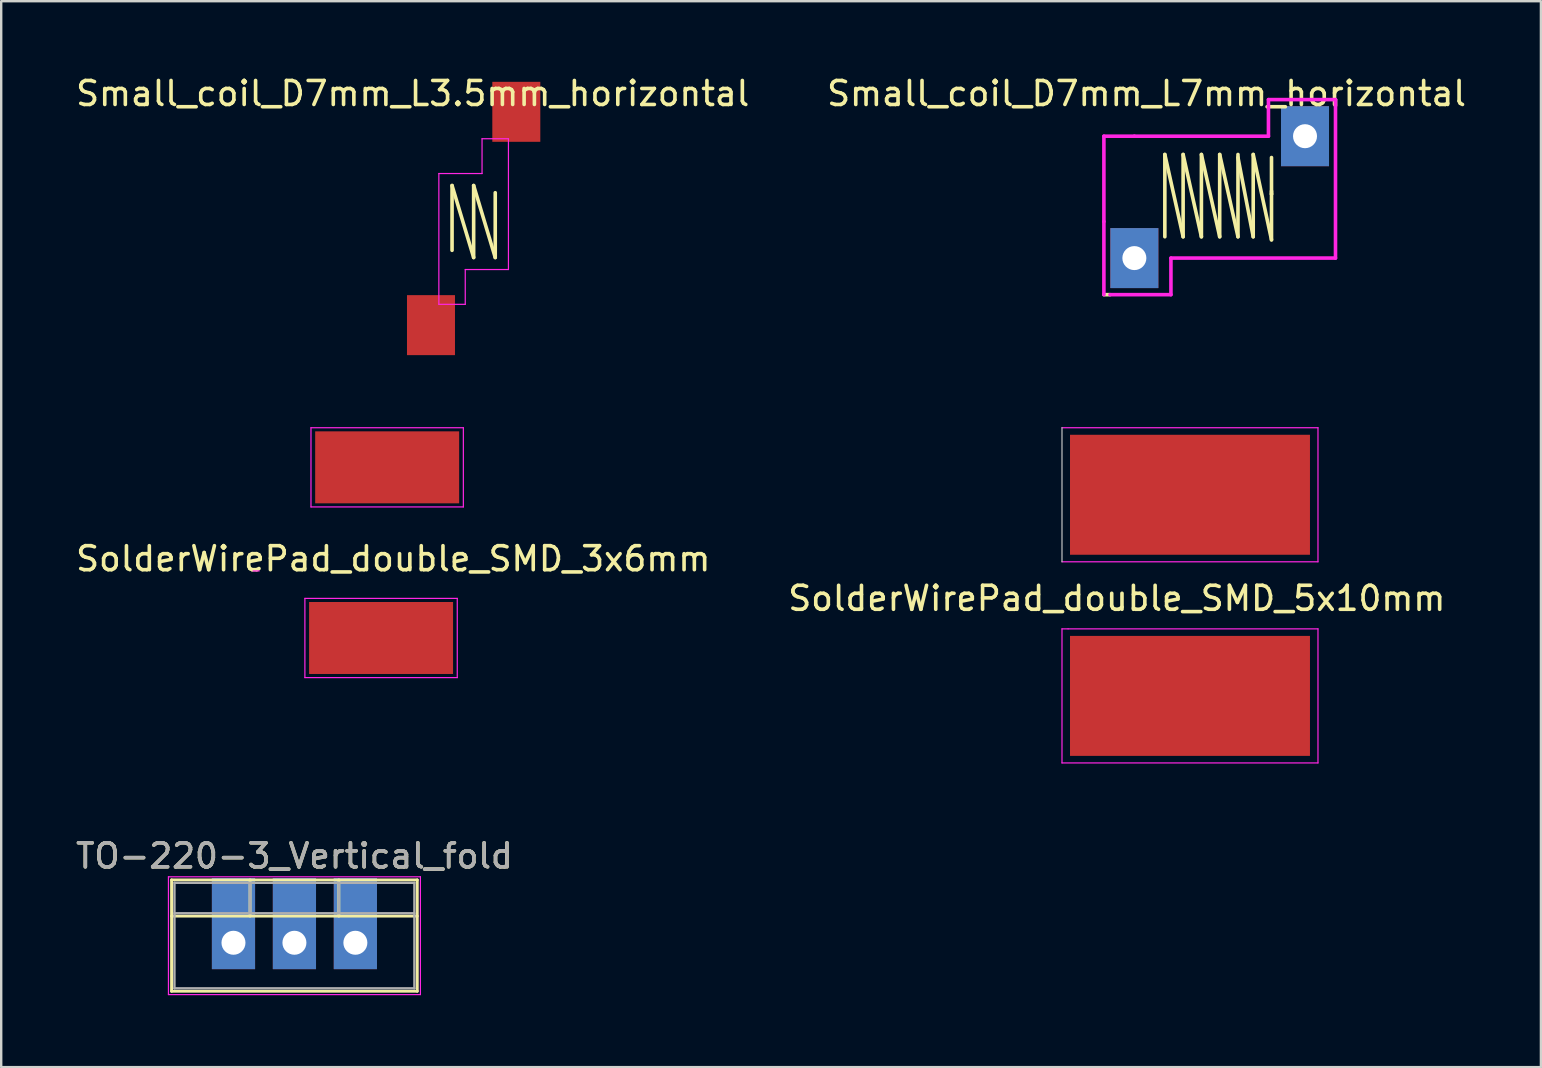
<source format=kicad_pcb>
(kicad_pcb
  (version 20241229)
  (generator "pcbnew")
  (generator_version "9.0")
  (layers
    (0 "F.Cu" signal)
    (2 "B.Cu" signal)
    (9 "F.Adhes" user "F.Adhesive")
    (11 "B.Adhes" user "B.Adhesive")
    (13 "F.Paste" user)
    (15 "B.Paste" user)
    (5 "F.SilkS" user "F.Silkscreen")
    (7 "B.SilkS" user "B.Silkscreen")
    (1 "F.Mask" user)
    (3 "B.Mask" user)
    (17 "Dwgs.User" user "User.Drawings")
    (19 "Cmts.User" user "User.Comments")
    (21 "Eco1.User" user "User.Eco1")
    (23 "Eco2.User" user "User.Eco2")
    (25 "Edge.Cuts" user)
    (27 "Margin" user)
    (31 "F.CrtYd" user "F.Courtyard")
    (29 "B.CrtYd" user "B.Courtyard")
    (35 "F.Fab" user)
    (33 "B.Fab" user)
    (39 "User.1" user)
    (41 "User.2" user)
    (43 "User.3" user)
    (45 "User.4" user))
  (footprint "Small_coil_D7mm_L7mm_horizontal"
    (layer "F.Cu")
    (at 47.78 5.166)
    (property "Reference" "Small_coil_D7mm_L7mm_horizontal" (at -3.048 -4.318 0) (layer "F.SilkS") (effects (font (size 1 1) (thickness 0.15))))
    (attr smd)
    (fp_line (start -4.826 4.064) (end -4.572 4.064) (stroke (width 0.15) (type solid)) (layer "F.SilkS"))
    (fp_line (start -2.286 -1.778) (end -1.524 1.651) (stroke (width 0.15) (type solid)) (layer "F.SilkS"))
    (fp_line (start -2.286 1.651) (end -2.286 -1.778) (stroke (width 0.15) (type solid)) (layer "F.SilkS"))
    (fp_line (start -1.524 1.651) (end -1.524 -1.778) (stroke (width 0.15) (type solid)) (layer "F.SilkS"))
    (fp_line (start -0.762 -1.778) (end 0 1.651) (stroke (width 0.15) (type solid)) (layer "F.SilkS"))
    (fp_line (start -0.762 1.651) (end -1.524 -1.778) (stroke (width 0.15) (type solid)) (layer "F.SilkS"))
    (fp_line (start -0.762 1.651) (end -0.762 -1.778) (stroke (width 0.15) (type solid)) (layer "F.SilkS"))
    (fp_line (start 0 -1.778) (end 0.762 1.651) (stroke (width 0.15) (type solid)) (layer "F.SilkS"))
    (fp_line (start 0 1.651) (end 0 -1.778) (stroke (width 0.15) (type solid)) (layer "F.SilkS"))
    (fp_line (start 0.762 -1.651) (end 1.397 1.651) (stroke (width 0.15) (type solid)) (layer "F.SilkS"))
    (fp_line (start 0.762 1.651) (end 0.762 -1.778) (stroke (width 0.15) (type solid)) (layer "F.SilkS"))
    (fp_line (start 1.397 -1.778) (end 2.159 1.778) (stroke (width 0.15) (type solid)) (layer "F.SilkS"))
    (fp_line (start 1.397 1.651) (end 1.397 -1.778) (stroke (width 0.15) (type solid)) (layer "F.SilkS"))
    (fp_line (start 2.159 -0.127) (end 2.159 -1.651) (stroke (width 0.15) (type solid)) (layer "F.SilkS"))
    (fp_line (start 2.159 -0.127) (end 2.159 -0.254) (stroke (width 0.15) (type solid)) (layer "F.SilkS"))
    (fp_line (start 2.159 1.778) (end 2.159 -0.127) (stroke (width 0.15) (type solid)) (layer "F.SilkS"))
    (fp_line (start 4.826 -3.81) (end 4.826 -4.064) (stroke (width 0.15) (type solid)) (layer "F.SilkS"))
    (fp_line (start -4.826 -2.54) (end -4.826 1.016) (stroke (width 0.15) (type solid)) (layer "F.CrtYd"))
    (fp_line (start -4.826 4.064) (end -4.826 1.016) (stroke (width 0.15) (type solid)) (layer "F.CrtYd"))
    (fp_line (start -4.572 4.064) (end -2.032 4.064) (stroke (width 0.15) (type solid)) (layer "F.CrtYd"))
    (fp_line (start -3.556 -2.54) (end -4.826 -2.54) (stroke (width 0.15) (type solid)) (layer "F.CrtYd"))
    (fp_line (start -3.556 -2.54) (end 2.032 -2.54) (stroke (width 0.15) (type solid)) (layer "F.CrtYd"))
    (fp_line (start -2.032 2.54) (end 4.826 2.54) (stroke (width 0.15) (type solid)) (layer "F.CrtYd"))
    (fp_line (start -2.032 4.064) (end -2.032 2.54) (stroke (width 0.15) (type solid)) (layer "F.CrtYd"))
    (fp_line (start 2.032 -4.064) (end 4.826 -4.064) (stroke (width 0.15) (type solid)) (layer "F.CrtYd"))
    (fp_line (start 2.032 -2.54) (end 2.032 -4.064) (stroke (width 0.15) (type solid)) (layer "F.CrtYd"))
    (fp_line (start 4.826 2.54) (end 4.826 -4.064) (stroke (width 0.15) (type solid)) (layer "F.CrtYd"))
    (pad "1" thru_hole rect (at -3.556 2.54) (size 2 2.5) (drill 1) (layers "*.Cu" "*.Mask"))
    (pad "2" thru_hole rect (at 3.556 -2.54) (size 2 2.5) (drill 1) (layers "*.Cu" "*.Mask")))
  (footprint "Small_coil_D7mm_L3.5mm_horizontal"
    (layer "F.Cu")
    (at 16.689 6.182)
    (property "Reference" "Small_coil_D7mm_L3.5mm_horizontal" (at -2.54 -5.334 0) (layer "F.SilkS") (effects (font (size 1 1) (thickness 0.15))))
    (attr smd)
    (fp_line (start -0.9 -1.5) (end 0 1.5) (stroke (width 0.15) (type solid)) (layer "F.SilkS"))
    (fp_line (start -0.9 1.2) (end -0.9 -1.5) (stroke (width 0.15) (type solid)) (layer "F.SilkS"))
    (fp_line (start 0 -1.5) (end 0.9 1.5) (stroke (width 0.15) (type solid)) (layer "F.SilkS"))
    (fp_line (start 0 1.5) (end 0 -1.5) (stroke (width 0.15) (type solid)) (layer "F.SilkS"))
    (fp_line (start 0.9 -1.2) (end 0.9 1.5) (stroke (width 0.15) (type solid)) (layer "F.SilkS"))
    (fp_line (start -1.45 -2) (end -1.45 3.45) (stroke (width 0.05) (type solid)) (layer "F.CrtYd"))
    (fp_line (start -1.45 3.45) (end -0.35 3.45) (stroke (width 0.05) (type solid)) (layer "F.CrtYd"))
    (fp_line (start -0.35 2) (end 1.45 2) (stroke (width 0.05) (type solid)) (layer "F.CrtYd"))
    (fp_line (start -0.35 3.45) (end -0.35 2) (stroke (width 0.05) (type solid)) (layer "F.CrtYd"))
    (fp_line (start 0.35 -3.45) (end 0.35 -2) (stroke (width 0.05) (type solid)) (layer "F.CrtYd"))
    (fp_line (start 0.35 -2) (end -1.45 -2) (stroke (width 0.05) (type solid)) (layer "F.CrtYd"))
    (fp_line (start 1.45 -3.45) (end 0.35 -3.45) (stroke (width 0.05) (type solid)) (layer "F.CrtYd"))
    (fp_line (start 1.45 2) (end 1.45 -3.45) (stroke (width 0.05) (type solid)) (layer "F.CrtYd"))
    (pad "1" smd rect (at -1.778 4.318) (size 2 2.5) (layers "F.Cu" "F.Mask" "F.Paste"))
    (pad "2" smd rect (at 1.778 -4.572) (size 2 2.5) (layers "F.Cu" "F.Mask" "F.Paste")))
  (footprint "SolderWirePad_double_SMD_3x6mm"
    (layer "F.Cu")
    (at 12.831 23.538)
    (property "Reference" "SolderWirePad_double_SMD_3x6mm" (at 0.508 -3.302 0) (layer "F.SilkS") (effects (font (size 1 1) (thickness 0.15))))
    (attr smd)
    (fp_line (start -5.334 -2.794) (end -5.08 -2.794) (stroke (width 0.05) (type solid)) (layer "F.CrtYd"))
    (fp_line (start -3.175 -1.651) (end 3.175 -1.651) (stroke (width 0.05) (type solid)) (layer "F.CrtYd"))
    (fp_line (start -3.175 1.651) (end -3.175 -1.651) (stroke (width 0.05) (type solid)) (layer "F.CrtYd"))
    (fp_line (start -2.921 -8.763) (end 3.429 -8.763) (stroke (width 0.05) (type solid)) (layer "F.CrtYd"))
    (fp_line (start -2.921 -5.461) (end -2.921 -8.763) (stroke (width 0.05) (type solid)) (layer "F.CrtYd"))
    (fp_line (start 3.175 -1.651) (end 3.175 1.651) (stroke (width 0.05) (type solid)) (layer "F.CrtYd"))
    (fp_line (start 3.175 1.651) (end -3.175 1.651) (stroke (width 0.05) (type solid)) (layer "F.CrtYd"))
    (fp_line (start 3.429 -8.763) (end 3.429 -5.461) (stroke (width 0.05) (type solid)) (layer "F.CrtYd"))
    (fp_line (start 3.429 -5.461) (end -2.921 -5.461) (stroke (width 0.05) (type solid)) (layer "F.CrtYd"))
    (pad "1" smd rect (at 0.254 -7.112 90) (size 3 6) (layers "F.Cu" "F.Mask" "F.Paste"))
    (pad "2" smd rect (at 0 0 90) (size 3 6) (layers "F.Cu" "F.Mask" "F.Paste")))
  (footprint "TO-220-3_Vertical_fold"
    (layer "F.Cu")
    (at 6.68 36.239)
    (property "Reference" "TO-220-3_Vertical_fold" (at 2.54 -3.62 0) (layer "F.SilkS") (effects (font (size 1 1) (thickness 0.15))))
    (attr through_hole)
    (fp_line (start -2.58 -2.62) (end -2.58 2.021) (stroke (width 0.12) (type solid)) (layer "F.SilkS"))
    (fp_line (start -2.58 -2.62) (end 7.66 -2.62) (stroke (width 0.12) (type solid)) (layer "F.SilkS"))
    (fp_line (start -2.58 -1.11) (end 7.66 -1.11) (stroke (width 0.12) (type solid)) (layer "F.SilkS"))
    (fp_line (start -2.58 2.021) (end 7.66 2.021) (stroke (width 0.12) (type solid)) (layer "F.SilkS"))
    (fp_line (start 0.69 -2.62) (end 0.69 -1.11) (stroke (width 0.12) (type solid)) (layer "F.SilkS"))
    (fp_line (start 4.391 -2.62) (end 4.391 -1.11) (stroke (width 0.12) (type solid)) (layer "F.SilkS"))
    (fp_line (start 7.66 -2.62) (end 7.66 2.021) (stroke (width 0.12) (type solid)) (layer "F.SilkS"))
    (fp_line (start -2.71 -2.75) (end -2.71 2.16) (stroke (width 0.05) (type solid)) (layer "F.CrtYd"))
    (fp_line (start -2.71 2.16) (end 7.79 2.16) (stroke (width 0.05) (type solid)) (layer "F.CrtYd"))
    (fp_line (start 7.79 -2.75) (end -2.71 -2.75) (stroke (width 0.05) (type solid)) (layer "F.CrtYd"))
    (fp_line (start 7.79 2.16) (end 7.79 -2.75) (stroke (width 0.05) (type solid)) (layer "F.CrtYd"))
    (fp_line (start -2.46 -2.5) (end -2.46 1.9) (stroke (width 0.1) (type solid)) (layer "F.Fab"))
    (fp_line (start -2.46 -1.23) (end 7.54 -1.23) (stroke (width 0.1) (type solid)) (layer "F.Fab"))
    (fp_line (start -2.46 1.9) (end 7.54 1.9) (stroke (width 0.1) (type solid)) (layer "F.Fab"))
    (fp_line (start 0.69 -2.5) (end 0.69 -1.23) (stroke (width 0.1) (type solid)) (layer "F.Fab"))
    (fp_line (start 4.39 -2.5) (end 4.39 -1.23) (stroke (width 0.1) (type solid)) (layer "F.Fab"))
    (fp_line (start 7.54 -2.5) (end -2.46 -2.5) (stroke (width 0.1) (type solid)) (layer "F.Fab"))
    (fp_line (start 7.54 1.9) (end 7.54 -2.5) (stroke (width 0.1) (type solid)) (layer "F.Fab"))
    (fp_text user "${REFERENCE}" (at 2.54 -3.62 0) (layer "F.Fab") (effects (font (size 1 1) (thickness 0.15))))
    (pad "1" thru_hole rect (at 0 0) (size 1.8 3.8) (drill 1 (offset 0 -0.8)) (layers "*.Cu" "*.Mask"))
    (pad "2" thru_hole rect (at 2.54 0) (size 1.8 3.8) (drill 1 (offset 0 -0.8)) (layers "*.Cu" "*.Mask"))
    (pad "3" thru_hole rect (at 5.08 0) (size 1.8 3.8) (drill 1 (offset 0 -0.8)) (layers "*.Cu" "*.Mask")))
  (footprint "SolderWirePad_double_SMD_5x10mm"
    (layer "F.Cu")
    (at 46.542 25.951)
    (property "Reference" "SolderWirePad_double_SMD_5x10mm" (at -3.048 -4.064 0) (layer "F.SilkS") (effects (font (size 1 1) (thickness 0.15))))
    (attr smd)
    (fp_line (start -5.334 -11.176) (end -5.334 -5.588) (stroke (width 0.05) (type solid)) (layer "Dwgs.User"))
    (fp_line (start -5.334 -5.588) (end 5.334 -5.588) (stroke (width 0.05) (type solid)) (layer "F.CrtYd"))
    (fp_line (start -5.334 -2.794) (end -5.08 -2.794) (stroke (width 0.05) (type solid)) (layer "F.CrtYd"))
    (fp_line (start -5.334 2.794) (end -5.334 -2.794) (stroke (width 0.05) (type solid)) (layer "F.CrtYd"))
    (fp_line (start -5.08 -2.794) (end 5.334 -2.794) (stroke (width 0.05) (type solid)) (layer "F.CrtYd"))
    (fp_line (start 5.334 -11.176) (end -5.334 -11.176) (stroke (width 0.05) (type solid)) (layer "F.CrtYd"))
    (fp_line (start 5.334 -5.588) (end 5.334 -11.176) (stroke (width 0.05) (type solid)) (layer "F.CrtYd"))
    (fp_line (start 5.334 -2.794) (end 5.334 2.794) (stroke (width 0.05) (type solid)) (layer "F.CrtYd"))
    (fp_line (start 5.334 2.794) (end -5.334 2.794) (stroke (width 0.05) (type solid)) (layer "F.CrtYd"))
    (pad "1" smd rect (at 0 -8.382 90) (size 5 10) (layers "F.Cu" "F.Mask" "F.Paste"))
    (pad "2" smd rect (at 0 0 90) (size 5 10) (layers "F.Cu" "F.Mask" "F.Paste")))
  (gr_rect
    (start -3 -3)
    (end 61.167 41.423)
    (stroke (width 0.1) (type default))
    (fill no)
    (layer "Edge.Cuts")))
</source>
